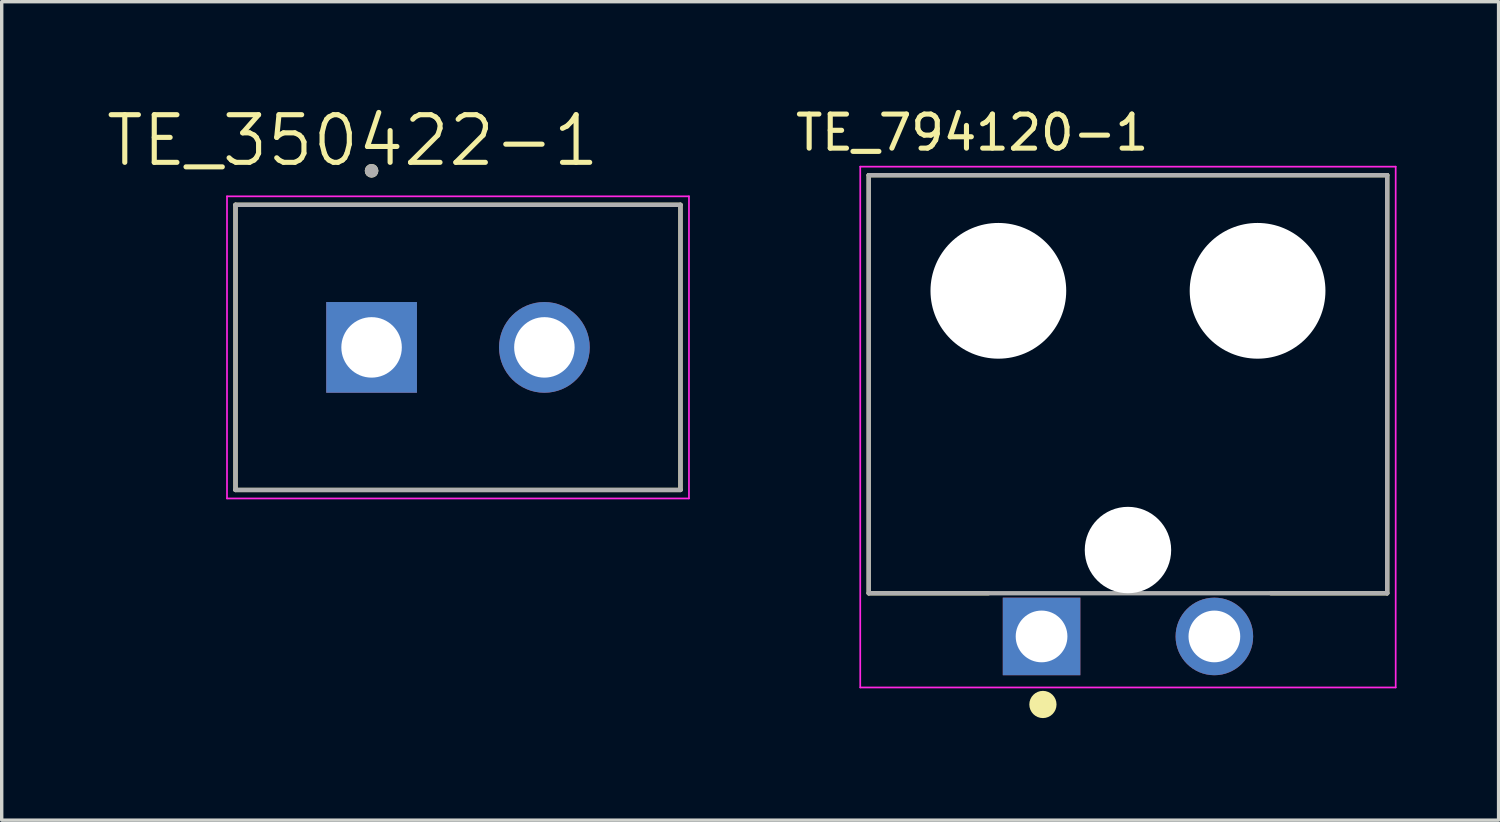
<source format=kicad_pcb>
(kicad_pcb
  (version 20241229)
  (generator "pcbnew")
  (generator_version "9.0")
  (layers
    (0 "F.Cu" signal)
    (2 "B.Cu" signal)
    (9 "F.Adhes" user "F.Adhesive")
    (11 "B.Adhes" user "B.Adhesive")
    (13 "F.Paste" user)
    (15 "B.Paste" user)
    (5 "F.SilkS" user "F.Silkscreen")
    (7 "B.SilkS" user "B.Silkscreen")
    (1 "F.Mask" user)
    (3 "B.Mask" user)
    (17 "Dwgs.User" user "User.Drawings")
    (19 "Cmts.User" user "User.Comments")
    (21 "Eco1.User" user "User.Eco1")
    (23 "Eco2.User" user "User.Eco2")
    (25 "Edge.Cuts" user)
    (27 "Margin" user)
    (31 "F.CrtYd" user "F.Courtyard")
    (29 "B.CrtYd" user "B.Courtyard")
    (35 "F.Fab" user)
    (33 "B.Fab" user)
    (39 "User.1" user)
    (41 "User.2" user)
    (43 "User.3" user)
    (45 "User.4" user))
  (footprint "TE_350422-1"
    (layer "F.Cu")
    (at 10.413 7.162)
    (property "Reference" "TE_350422-1" (at -3.095 -6.08 0) (layer "F.SilkS") (effects (font (size 1.4 1.4) (thickness 0.15))))
    (attr through_hole)
    (fp_line (start -6.54 -4.191) (end 6.54 -4.191) (stroke (width 0.127) (type solid)) (layer "F.SilkS"))
    (fp_line (start -6.54 4.191) (end -6.54 -4.191) (stroke (width 0.127) (type solid)) (layer "F.SilkS"))
    (fp_line (start 6.54 -4.191) (end 6.54 4.191) (stroke (width 0.127) (type solid)) (layer "F.SilkS"))
    (fp_line (start 6.54 4.191) (end -6.54 4.191) (stroke (width 0.127) (type solid)) (layer "F.SilkS"))
    (fp_circle (center -2.54 -5.191) (end -2.44 -5.191) (stroke (width 0.2) (type solid)) (fill no) (layer "F.SilkS"))
    (fp_line (start -6.79 -4.441) (end 6.79 -4.441) (stroke (width 0.05) (type solid)) (layer "F.CrtYd"))
    (fp_line (start -6.79 4.441) (end -6.79 -4.441) (stroke (width 0.05) (type solid)) (layer "F.CrtYd"))
    (fp_line (start 6.79 -4.441) (end 6.79 4.441) (stroke (width 0.05) (type solid)) (layer "F.CrtYd"))
    (fp_line (start 6.79 4.441) (end -6.79 4.441) (stroke (width 0.05) (type solid)) (layer "F.CrtYd"))
    (fp_line (start -6.54 -4.191) (end 6.54 -4.191) (stroke (width 0.127) (type solid)) (layer "F.Fab"))
    (fp_line (start -6.54 4.191) (end -6.54 -4.191) (stroke (width 0.127) (type solid)) (layer "F.Fab"))
    (fp_line (start 6.54 -4.191) (end 6.54 4.191) (stroke (width 0.127) (type solid)) (layer "F.Fab"))
    (fp_line (start 6.54 4.191) (end -6.54 4.191) (stroke (width 0.127) (type solid)) (layer "F.Fab"))
    (fp_circle (center -2.54 -5.191) (end -2.44 -5.191) (stroke (width 0.2) (type solid)) (fill no) (layer "F.Fab"))
    (pad "1" thru_hole rect (at -2.54 0) (size 2.667 2.667) (drill 1.778) (layers "*.Cu" "*.Mask"))
    (pad "2" thru_hole circle (at 2.54 0) (size 2.667 2.667) (drill 1.778) (layers "*.Cu" "*.Mask")))
  (footprint "TE_794120-1"
    (layer "F.Cu")
    (at 30.108 8.244)
    (property "Reference" "TE_794120-1" (at -4.581 -7.395 0) (layer "F.SilkS") (effects (font (size 1.001 1.001) (thickness 0.15))))
    (attr through_hole)
    (fp_line (start -7.62 -6.145) (end -7.62 6.145) (stroke (width 0.127) (type solid)) (layer "F.SilkS"))
    (fp_line (start -7.62 6.145) (end -4.1 6.145) (stroke (width 0.127) (type solid)) (layer "F.SilkS"))
    (fp_line (start 4.2 6.145) (end 7.62 6.145) (stroke (width 0.127) (type solid)) (layer "F.SilkS"))
    (fp_line (start 7.62 -6.145) (end -7.62 -6.145) (stroke (width 0.127) (type solid)) (layer "F.SilkS"))
    (fp_line (start 7.62 6.145) (end 7.62 -6.145) (stroke (width 0.127) (type solid)) (layer "F.SilkS"))
    (fp_circle (center -2.5 9.415) (end -2.3 9.415) (stroke (width 0.4) (type solid)) (fill no) (layer "F.SilkS"))
    (fp_line (start -7.87 -6.395) (end 7.87 -6.395) (stroke (width 0.05) (type solid)) (layer "F.CrtYd"))
    (fp_line (start -7.87 8.915) (end -7.87 -6.395) (stroke (width 0.05) (type solid)) (layer "F.CrtYd"))
    (fp_line (start 7.87 -6.395) (end 7.87 8.915) (stroke (width 0.05) (type solid)) (layer "F.CrtYd"))
    (fp_line (start 7.87 8.915) (end -7.87 8.915) (stroke (width 0.05) (type solid)) (layer "F.CrtYd"))
    (fp_line (start -7.62 -6.145) (end 7.62 -6.145) (stroke (width 0.127) (type solid)) (layer "F.Fab"))
    (fp_line (start -7.62 6.145) (end -7.62 -6.145) (stroke (width 0.127) (type solid)) (layer "F.Fab"))
    (fp_line (start 7.62 -6.145) (end 7.62 6.145) (stroke (width 0.127) (type solid)) (layer "F.Fab"))
    (fp_line (start 7.62 6.145) (end -7.62 6.145) (stroke (width 0.127) (type solid)) (layer "F.Fab"))
    (fp_circle (center -2.5 7.415) (end -2.3 7.415) (stroke (width 0.4) (type solid)) (fill no) (layer "F.Fab"))
    (pad "" np_thru_hole circle (at -3.81 -2.745) (size 3.99 3.99) (drill 3.99) (layers "*.Cu" "*.Mask"))
    (pad "" np_thru_hole circle (at 0 4.875) (size 2.54 2.54) (drill 2.54) (layers "*.Cu" "*.Mask"))
    (pad "" np_thru_hole circle (at 3.81 -2.745) (size 3.99 3.99) (drill 3.99) (layers "*.Cu" "*.Mask"))
    (pad "1" thru_hole rect (at -2.54 7.415) (size 2.28 2.28) (drill 1.52) (layers "*.Cu" "*.Mask"))
    (pad "2" thru_hole circle (at 2.54 7.415) (size 2.28 2.28) (drill 1.52) (layers "*.Cu" "*.Mask")))
  (gr_rect
    (start -3 -3)
    (end 41.003 21.059)
    (stroke (width 0.1) (type default))
    (fill no)
    (layer "Edge.Cuts")))
</source>
